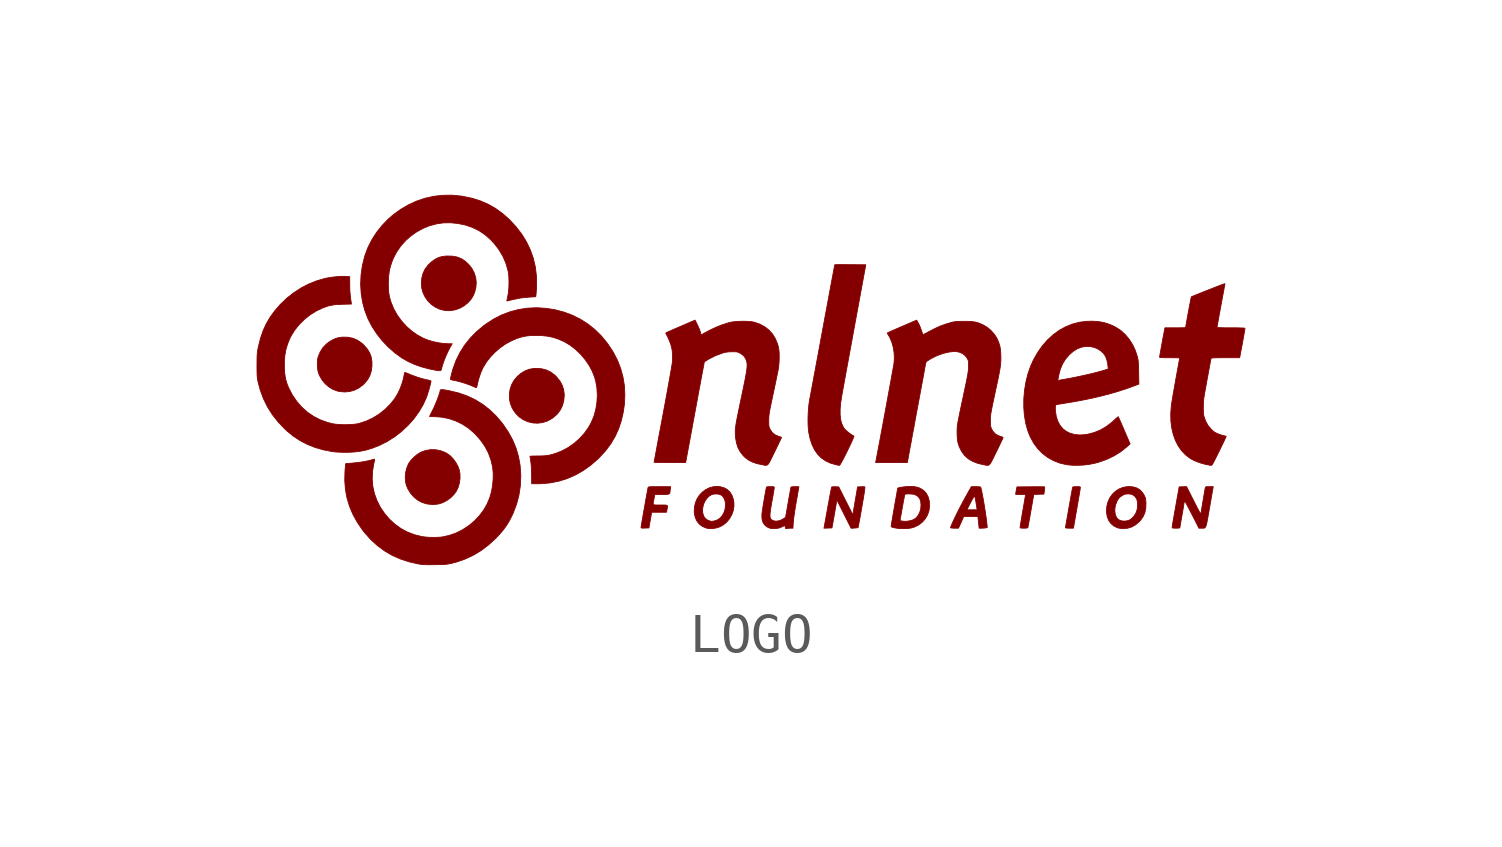
<source format=kicad_sym>
(kicad_symbol_lib
  (version 20210619)
  (generator bitmap2component)
  (symbol "LOGO"
    (pin_names
      (offset 1.016))
    (property "Reference" "#G"
      (at 0 4.054 0)
      (effects (font (size 1.27 1.27)) hide))
    (symbol "LOGO_0_0"
      (polyline (pts (xy -7.98 -4.672) (xy -7.944 -4.671) (xy -7.856 -4.67) (xy -7.786 -4.667) (xy -7.73 -4.664) (xy -7.683 -4.66) (xy -7.642 -4.654) (xy -7.601 -4.646) (xy -7.556 -4.636) (xy -7.42 -4.6) (xy -7.207 -4.524) (xy -7.005 -4.429) (xy -6.813 -4.312) (xy -6.63 -4.173) (xy -6.453 -4.012) (xy -6.353 -3.906) (xy -6.256 -3.793) (xy -6.173 -3.679) (xy -6.1 -3.559) (xy -6.033 -3.427) (xy -6.003 -3.361) (xy -5.92 -3.141) (xy -5.86 -2.915) (xy -5.825 -2.683) (xy -5.813 -2.446) (xy -5.814 -2.393) (xy -5.83 -2.163) (xy -5.87 -1.941) (xy -5.933 -1.725) (xy -6.02 -1.517) (xy -6.13 -1.315) (xy -6.264 -1.119) (xy -6.281 -1.095) (xy -6.434 -0.915) (xy -6.598 -0.757) (xy -6.774 -0.619) (xy -6.962 -0.503) (xy -7.163 -0.407) (xy -7.378 -0.331) (xy -7.606 -0.276) (xy -7.682 -0.261) (xy -7.75 -0.25) (xy -7.798 -0.245) (xy -7.83 -0.246) (xy -7.847 -0.252) (xy -7.852 -0.264) (xy -7.852 -0.265) (xy -7.857 -0.296) (xy -7.871 -0.344) (xy -7.892 -0.405) (xy -7.917 -0.475) (xy -7.946 -0.549) (xy -7.977 -0.624) (xy -8.008 -0.694) (xy -8.037 -0.755) (xy -8.053 -0.785) (xy -8.08 -0.839) (xy -8.101 -0.883) (xy -8.116 -0.913) (xy -8.121 -0.924) (xy -8.118 -0.925) (xy -8.097 -0.927) (xy -8.059 -0.928) (xy -8.011 -0.928) (xy -8.008 -0.928) (xy -7.821 -0.94) (xy -7.638 -0.976) (xy -7.463 -1.035) (xy -7.296 -1.115) (xy -7.14 -1.217) (xy -6.995 -1.34) (xy -6.965 -1.37) (xy -6.832 -1.52) (xy -6.721 -1.678) (xy -6.633 -1.845) (xy -6.569 -2.02) (xy -6.526 -2.205) (xy -6.524 -2.22) (xy -6.511 -2.361) (xy -6.513 -2.514) (xy -6.527 -2.67) (xy -6.554 -2.824) (xy -6.594 -2.967) (xy -6.599 -2.982) (xy -6.668 -3.144) (xy -6.757 -3.298) (xy -6.866 -3.44) (xy -6.991 -3.571) (xy -7.131 -3.687) (xy -7.282 -3.786) (xy -7.444 -3.868) (xy -7.613 -3.929) (xy -7.788 -3.969) (xy -7.849 -3.976) (xy -7.938 -3.981) (xy -8.035 -3.982) (xy -8.133 -3.98) (xy -8.225 -3.973) (xy -8.301 -3.963) (xy -8.318 -3.96) (xy -8.507 -3.913) (xy -8.684 -3.845) (xy -8.849 -3.755) (xy -9.002 -3.644) (xy -9.143 -3.513) (xy -9.257 -3.379) (xy -9.366 -3.219) (xy -9.451 -3.05) (xy -9.515 -2.875) (xy -9.555 -2.694) (xy -9.571 -2.509) (xy -9.564 -2.319) (xy -9.533 -2.128) (xy -9.524 -2.087) (xy -9.516 -2.044) (xy -9.512 -2.014) (xy -9.513 -2.003) (xy -9.52 -2.004) (xy -9.546 -2.01) (xy -9.582 -2.021) (xy -9.634 -2.035) (xy -9.762 -2.063) (xy -9.905 -2.085) (xy -10.056 -2.101) (xy -10.089 -2.104) (xy -10.149 -2.109) (xy -10.197 -2.113) (xy -10.23 -2.116) (xy -10.243 -2.118) (xy -10.244 -2.124) (xy -10.247 -2.151) (xy -10.251 -2.195) (xy -10.255 -2.252) (xy -10.26 -2.319) (xy -10.266 -2.536) (xy -10.25 -2.76) (xy -10.211 -2.977) (xy -10.148 -3.189) (xy -10.062 -3.394) (xy -9.952 -3.595) (xy -9.818 -3.792) (xy -9.764 -3.861) (xy -9.608 -4.036) (xy -9.44 -4.19) (xy -9.259 -4.324) (xy -9.065 -4.437) (xy -8.857 -4.529) (xy -8.636 -4.601) (xy -8.402 -4.654) (xy -8.378 -4.658) (xy -8.331 -4.664) (xy -8.283 -4.669) (xy -8.228 -4.672) (xy -8.162 -4.673) (xy -8.081 -4.673) (xy -7.98 -4.672)) (stroke (width 0.01)) (fill (type outline)))
      (polyline (pts (xy -0.88 -3.746) (xy -0.787 -3.718) (xy -0.704 -3.675) (xy -0.696 -3.67) (xy -0.608 -3.599) (xy -0.535 -3.511) (xy -0.478 -3.412) (xy -0.439 -3.304) (xy -0.421 -3.193) (xy -0.424 -3.082) (xy -0.437 -3.017) (xy -0.472 -2.917) (xy -0.523 -2.835) (xy -0.591 -2.771) (xy -0.674 -2.726) (xy -0.773 -2.699) (xy -0.833 -2.693) (xy -0.941 -2.7) (xy -1.043 -2.727) (xy -1.137 -2.774) (xy -1.222 -2.837) (xy -1.296 -2.916) (xy -1.355 -3.007) (xy -1.397 -3.109) (xy -1.422 -3.219) (xy -1.426 -3.319) (xy -1.216 -3.319) (xy -1.211 -3.232) (xy -1.19 -3.145) (xy -1.154 -3.064) (xy -1.105 -2.993) (xy -1.048 -2.937) (xy -0.983 -2.9) (xy -0.973 -2.896) (xy -0.911 -2.884) (xy -0.844 -2.884) (xy -0.782 -2.895) (xy -0.734 -2.918) (xy -0.704 -2.945) (xy -0.667 -3.002) (xy -0.644 -3.072) (xy -0.635 -3.151) (xy -0.635 -3.156) (xy -0.645 -3.257) (xy -0.672 -3.348) (xy -0.715 -3.428) (xy -0.771 -3.492) (xy -0.839 -3.539) (xy -0.917 -3.566) (xy -0.941 -3.57) (xy -0.973 -3.575) (xy -0.988 -3.577) (xy -1.025 -3.569) (xy -1.099 -3.539) (xy -1.155 -3.493) (xy -1.193 -3.431) (xy -1.213 -3.352) (xy -1.216 -3.319) (xy -1.426 -3.319) (xy -1.426 -3.336) (xy -1.423 -3.373) (xy -1.401 -3.478) (xy -1.359 -3.569) (xy -1.3 -3.644) (xy -1.223 -3.703) (xy -1.13 -3.744) (xy -1.067 -3.757) (xy -0.976 -3.76) (xy -0.88 -3.746)) (stroke (width 0.01)) (fill (type outline)))
      (polyline (pts (xy 0.917 -3.757) (xy 0.928 -3.755) (xy 0.969 -3.751) (xy 1.013 -3.749) (xy 1.071 -3.749) (xy 1.078 -3.611) (xy 1.082 -3.568) (xy 1.09 -3.498) (xy 1.102 -3.412) (xy 1.116 -3.312) (xy 1.134 -3.204) (xy 1.153 -3.09) (xy 1.163 -3.036) (xy 1.179 -2.946) (xy 1.192 -2.867) (xy 1.204 -2.8) (xy 1.213 -2.748) (xy 1.219 -2.714) (xy 1.221 -2.702) (xy 1.22 -2.701) (xy 1.203 -2.7) (xy 1.169 -2.699) (xy 1.123 -2.699) (xy 1.069 -2.7) (xy 1.034 -2.705) (xy 1.019 -2.714) (xy 1.018 -2.718) (xy 1.013 -2.743) (xy 1.005 -2.788) (xy 0.994 -2.849) (xy 0.98 -2.924) (xy 0.965 -3.009) (xy 0.949 -3.102) (xy 0.884 -3.474) (xy 0.826 -3.513) (xy 0.81 -3.523) (xy 0.745 -3.554) (xy 0.677 -3.569) (xy 0.613 -3.569) (xy 0.558 -3.554) (xy 0.516 -3.523) (xy 0.513 -3.519) (xy 0.501 -3.499) (xy 0.493 -3.473) (xy 0.49 -3.439) (xy 0.491 -3.393) (xy 0.497 -3.334) (xy 0.507 -3.259) (xy 0.523 -3.165) (xy 0.543 -3.05) (xy 0.555 -2.986) (xy 0.569 -2.907) (xy 0.581 -2.838) (xy 0.59 -2.782) (xy 0.596 -2.743) (xy 0.598 -2.724) (xy 0.598 -2.717) (xy 0.593 -2.707) (xy 0.579 -2.701) (xy 0.549 -2.699) (xy 0.501 -2.699) (xy 0.471 -2.699) (xy 0.434 -2.7) (xy 0.412 -2.704) (xy 0.402 -2.712) (xy 0.397 -2.726) (xy 0.397 -2.727) (xy 0.387 -2.772) (xy 0.376 -2.834) (xy 0.362 -2.909) (xy 0.348 -2.992) (xy 0.333 -3.078) (xy 0.319 -3.163) (xy 0.307 -3.243) (xy 0.296 -3.312) (xy 0.289 -3.367) (xy 0.285 -3.402) (xy 0.284 -3.418) (xy 0.288 -3.516) (xy 0.31 -3.597) (xy 0.35 -3.663) (xy 0.41 -3.714) (xy 0.488 -3.75) (xy 0.492 -3.751) (xy 0.522 -3.755) (xy 0.566 -3.757) (xy 0.617 -3.757) (xy 0.65 -3.755) (xy 0.7 -3.749) (xy 0.743 -3.737) (xy 0.79 -3.716) (xy 0.813 -3.705) (xy 0.848 -3.691) (xy 0.868 -3.692) (xy 0.877 -3.707) (xy 0.879 -3.739) (xy 0.88 -3.752) (xy 0.891 -3.76) (xy 0.917 -3.757)) (stroke (width 0.01)) (fill (type outline)))
      (polyline (pts (xy 3.961 -3.756) (xy 4.025 -3.751) (xy 4.073 -3.742) (xy 4.142 -3.72) (xy 4.249 -3.668) (xy 4.341 -3.598) (xy 4.416 -3.514) (xy 4.473 -3.417) (xy 4.511 -3.309) (xy 4.526 -3.193) (xy 4.52 -3.071) (xy 4.517 -3.052) (xy 4.488 -2.95) (xy 4.441 -2.864) (xy 4.376 -2.794) (xy 4.293 -2.742) (xy 4.236 -2.719) (xy 4.152 -2.7) (xy 4.054 -2.692) (xy 3.94 -2.697) (xy 3.807 -2.713) (xy 3.774 -2.718) (xy 3.742 -2.727) (xy 3.725 -2.737) (xy 3.718 -2.752) (xy 3.716 -2.763) (xy 3.709 -2.798) (xy 3.7 -2.85) (xy 3.688 -2.918) (xy 3.674 -2.997) (xy 3.658 -3.084) (xy 3.642 -3.175) (xy 3.626 -3.269) (xy 3.61 -3.361) (xy 3.595 -3.449) (xy 3.582 -3.528) (xy 3.576 -3.56) (xy 3.778 -3.56) (xy 3.836 -3.233) (xy 3.836 -3.231) (xy 3.852 -3.145) (xy 3.866 -3.066) (xy 3.879 -2.999) (xy 3.889 -2.945) (xy 3.897 -2.909) (xy 3.901 -2.895) (xy 3.902 -2.894) (xy 3.92 -2.887) (xy 3.954 -2.883) (xy 4 -2.882) (xy 4.049 -2.884) (xy 4.096 -2.888) (xy 4.134 -2.895) (xy 4.171 -2.908) (xy 4.232 -2.946) (xy 4.276 -3) (xy 4.301 -3.071) (xy 4.31 -3.159) (xy 4.303 -3.253) (xy 4.279 -3.342) (xy 4.24 -3.421) (xy 4.19 -3.484) (xy 4.129 -3.528) (xy 4.107 -3.538) (xy 4.06 -3.553) (xy 4.012 -3.565) (xy 3.946 -3.574) (xy 3.886 -3.575) (xy 3.821 -3.567) (xy 3.778 -3.56) (xy 3.576 -3.56) (xy 3.57 -3.596) (xy 3.561 -3.65) (xy 3.556 -3.687) (xy 3.554 -3.702) (xy 3.561 -3.715) (xy 3.591 -3.728) (xy 3.643 -3.741) (xy 3.718 -3.753) (xy 3.745 -3.756) (xy 3.813 -3.759) (xy 3.887 -3.759) (xy 3.961 -3.756)) (stroke (width 0.01)) (fill (type outline)))
      (polyline (pts (xy 9.537 -3.75) (xy 9.643 -3.717) (xy 9.742 -3.66) (xy 9.833 -3.581) (xy 9.868 -3.542) (xy 9.931 -3.45) (xy 9.973 -3.352) (xy 9.995 -3.244) (xy 9.999 -3.121) (xy 9.998 -3.094) (xy 9.994 -3.04) (xy 9.988 -2.999) (xy 9.976 -2.963) (xy 9.959 -2.925) (xy 9.914 -2.85) (xy 9.85 -2.782) (xy 9.773 -2.734) (xy 9.681 -2.706) (xy 9.574 -2.696) (xy 9.544 -2.697) (xy 9.433 -2.713) (xy 9.33 -2.752) (xy 9.237 -2.808) (xy 9.157 -2.882) (xy 9.091 -2.971) (xy 9.042 -3.072) (xy 9.011 -3.183) (xy 9 -3.304) (xy 9.001 -3.327) (xy 9.212 -3.327) (xy 9.214 -3.243) (xy 9.232 -3.156) (xy 9.265 -3.071) (xy 9.278 -3.046) (xy 9.312 -2.994) (xy 9.353 -2.954) (xy 9.409 -2.917) (xy 9.417 -2.913) (xy 9.458 -2.894) (xy 9.498 -2.885) (xy 9.55 -2.882) (xy 9.596 -2.885) (xy 9.665 -2.905) (xy 9.72 -2.945) (xy 9.76 -3.004) (xy 9.774 -3.039) (xy 9.786 -3.109) (xy 9.787 -3.187) (xy 9.778 -3.267) (xy 9.757 -3.339) (xy 9.735 -3.385) (xy 9.692 -3.449) (xy 9.64 -3.503) (xy 9.587 -3.541) (xy 9.541 -3.558) (xy 9.472 -3.57) (xy 9.403 -3.567) (xy 9.34 -3.551) (xy 9.291 -3.521) (xy 9.252 -3.473) (xy 9.225 -3.405) (xy 9.212 -3.327) (xy 9.001 -3.327) (xy 9.002 -3.359) (xy 9.021 -3.465) (xy 9.059 -3.557) (xy 9.115 -3.634) (xy 9.188 -3.695) (xy 9.278 -3.739) (xy 9.314 -3.748) (xy 9.368 -3.757) (xy 9.422 -3.76) (xy 9.423 -3.76) (xy 9.537 -3.75)) (stroke (width 0.01)) (fill (type outline)))
      (polyline (pts (xy -2.672 -3.746) (xy -2.572 -3.743) (xy -2.545 -3.584) (xy -2.543 -3.578) (xy -2.533 -3.515) (xy -2.522 -3.458) (xy -2.515 -3.413) (xy -2.51 -3.386) (xy -2.502 -3.346) (xy -2.128 -3.346) (xy -2.114 -3.277) (xy -2.111 -3.258) (xy -2.103 -3.22) (xy -2.101 -3.194) (xy -2.107 -3.177) (xy -2.126 -3.168) (xy -2.159 -3.163) (xy -2.211 -3.163) (xy -2.284 -3.163) (xy -2.324 -3.163) (xy -2.385 -3.163) (xy -2.427 -3.161) (xy -2.451 -3.153) (xy -2.463 -3.137) (xy -2.463 -3.11) (xy -2.456 -3.068) (xy -2.444 -3.01) (xy -2.424 -2.9) (xy -2.239 -2.897) (xy -2.198 -2.896) (xy -2.137 -2.895) (xy -2.095 -2.892) (xy -2.067 -2.885) (xy -2.051 -2.871) (xy -2.042 -2.849) (xy -2.037 -2.816) (xy -2.032 -2.768) (xy -2.024 -2.699) (xy -2.305 -2.699) (xy -2.36 -2.699) (xy -2.438 -2.699) (xy -2.496 -2.7) (xy -2.537 -2.702) (xy -2.564 -2.704) (xy -2.581 -2.708) (xy -2.59 -2.713) (xy -2.594 -2.72) (xy -2.594 -2.722) (xy -2.599 -2.745) (xy -2.607 -2.788) (xy -2.618 -2.847) (xy -2.631 -2.92) (xy -2.647 -3.004) (xy -2.663 -3.095) (xy -2.68 -3.191) (xy -2.697 -3.287) (xy -2.714 -3.381) (xy -2.729 -3.47) (xy -2.743 -3.551) (xy -2.755 -3.621) (xy -2.764 -3.675) (xy -2.77 -3.712) (xy -2.772 -3.728) (xy -2.772 -3.733) (xy -2.767 -3.742) (xy -2.752 -3.746) (xy -2.722 -3.748) (xy -2.672 -3.746)) (stroke (width 0.01)) (fill (type outline)))
      (polyline (pts (xy 2.627 -3.746) (xy 2.629 -3.746) (xy 2.672 -3.742) (xy 2.704 -3.738) (xy 2.718 -3.734) (xy 2.719 -3.73) (xy 2.724 -3.704) (xy 2.733 -3.659) (xy 2.745 -3.596) (xy 2.76 -3.518) (xy 2.776 -3.428) (xy 2.794 -3.327) (xy 2.813 -3.218) (xy 2.824 -3.153) (xy 2.846 -3.028) (xy 2.863 -2.925) (xy 2.876 -2.843) (xy 2.884 -2.781) (xy 2.889 -2.738) (xy 2.89 -2.712) (xy 2.888 -2.703) (xy 2.869 -2.701) (xy 2.834 -2.7) (xy 2.789 -2.701) (xy 2.705 -2.705) (xy 2.655 -2.998) (xy 2.646 -3.05) (xy 2.632 -3.133) (xy 2.619 -3.209) (xy 2.608 -3.274) (xy 2.6 -3.323) (xy 2.595 -3.352) (xy 2.586 -3.413) (xy 2.407 -3.059) (xy 2.229 -2.705) (xy 2.144 -2.701) (xy 2.143 -2.701) (xy 2.1 -2.701) (xy 2.067 -2.703) (xy 2.05 -2.707) (xy 2.049 -2.709) (xy 2.044 -2.731) (xy 2.035 -2.773) (xy 2.023 -2.833) (xy 2.008 -2.908) (xy 1.992 -2.996) (xy 1.974 -3.094) (xy 1.954 -3.199) (xy 1.949 -3.232) (xy 1.93 -3.337) (xy 1.912 -3.435) (xy 1.897 -3.522) (xy 1.883 -3.597) (xy 1.872 -3.656) (xy 1.865 -3.697) (xy 1.861 -3.716) (xy 1.854 -3.75) (xy 1.956 -3.746) (xy 2.058 -3.743) (xy 2.091 -3.554) (xy 2.093 -3.543) (xy 2.108 -3.458) (xy 2.125 -3.365) (xy 2.14 -3.276) (xy 2.153 -3.2) (xy 2.182 -3.035) (xy 2.542 -3.752) (xy 2.627 -3.746)) (stroke (width 0.01)) (fill (type outline)))
      (polyline (pts (xy 5.324 -3.602) (xy 5.389 -3.456) (xy 5.748 -3.456) (xy 5.756 -3.532) (xy 5.76 -3.564) (xy 5.766 -3.625) (xy 5.772 -3.679) (xy 5.779 -3.749) (xy 5.843 -3.749) (xy 5.864 -3.749) (xy 5.91 -3.746) (xy 5.946 -3.741) (xy 5.985 -3.733) (xy 5.977 -3.647) (xy 5.974 -3.616) (xy 5.966 -3.547) (xy 5.955 -3.465) (xy 5.942 -3.375) (xy 5.927 -3.279) (xy 5.912 -3.181) (xy 5.895 -3.084) (xy 5.879 -2.992) (xy 5.863 -2.907) (xy 5.849 -2.833) (xy 5.836 -2.773) (xy 5.825 -2.731) (xy 5.818 -2.709) (xy 5.813 -2.707) (xy 5.788 -2.703) (xy 5.747 -2.7) (xy 5.697 -2.699) (xy 5.583 -2.699) (xy 5.543 -2.769) (xy 5.505 -2.836) (xy 5.446 -2.942) (xy 5.396 -3.033) (xy 5.352 -3.114) (xy 5.312 -3.19) (xy 5.274 -3.263) (xy 5.263 -3.285) (xy 5.471 -3.285) (xy 5.521 -3.184) (xy 5.522 -3.182) (xy 5.569 -3.09) (xy 5.607 -3.02) (xy 5.636 -2.971) (xy 5.656 -2.944) (xy 5.667 -2.939) (xy 5.668 -2.941) (xy 5.674 -2.96) (xy 5.682 -2.997) (xy 5.693 -3.054) (xy 5.706 -3.132) (xy 5.721 -3.233) (xy 5.729 -3.285) (xy 5.471 -3.285) (xy 5.263 -3.285) (xy 5.236 -3.339) (xy 5.207 -3.396) (xy 5.167 -3.48) (xy 5.13 -3.558) (xy 5.099 -3.625) (xy 5.076 -3.679) (xy 5.061 -3.718) (xy 5.056 -3.738) (xy 5.057 -3.74) (xy 5.075 -3.744) (xy 5.111 -3.748) (xy 5.157 -3.749) (xy 5.258 -3.749) (xy 5.324 -3.602)) (stroke (width 0.01)) (fill (type outline)))
      (polyline (pts (xy 6.962 -3.748) (xy 6.998 -3.743) (xy 7.012 -3.734) (xy 7.015 -3.724) (xy 7.021 -3.692) (xy 7.03 -3.641) (xy 7.042 -3.575) (xy 7.057 -3.495) (xy 7.073 -3.404) (xy 7.09 -3.307) (xy 7.162 -2.895) (xy 7.29 -2.891) (xy 7.418 -2.888) (xy 7.431 -2.798) (xy 7.432 -2.792) (xy 7.438 -2.743) (xy 7.438 -2.715) (xy 7.431 -2.703) (xy 7.431 -2.703) (xy 7.413 -2.702) (xy 7.374 -2.701) (xy 7.318 -2.701) (xy 7.248 -2.701) (xy 7.166 -2.701) (xy 7.077 -2.702) (xy 6.736 -2.705) (xy 6.727 -2.747) (xy 6.726 -2.753) (xy 6.718 -2.797) (xy 6.71 -2.842) (xy 6.703 -2.893) (xy 6.829 -2.897) (xy 6.955 -2.9) (xy 6.885 -3.303) (xy 6.873 -3.37) (xy 6.858 -3.463) (xy 6.844 -3.546) (xy 6.832 -3.617) (xy 6.823 -3.673) (xy 6.817 -3.711) (xy 6.815 -3.728) (xy 6.815 -3.73) (xy 6.819 -3.74) (xy 6.833 -3.746) (xy 6.862 -3.748) (xy 6.91 -3.749) (xy 6.962 -3.748)) (stroke (width 0.01)) (fill (type outline)))
      (polyline (pts (xy 8.253 -3.245) (xy 8.262 -3.192) (xy 8.28 -3.087) (xy 8.297 -2.99) (xy 8.312 -2.903) (xy 8.324 -2.831) (xy 8.333 -2.774) (xy 8.339 -2.736) (xy 8.341 -2.72) (xy 8.341 -2.718) (xy 8.336 -2.708) (xy 8.322 -2.702) (xy 8.293 -2.699) (xy 8.244 -2.699) (xy 8.203 -2.699) (xy 8.17 -2.701) (xy 8.153 -2.706) (xy 8.145 -2.716) (xy 8.14 -2.732) (xy 8.139 -2.736) (xy 8.134 -2.764) (xy 8.126 -2.81) (xy 8.114 -2.872) (xy 8.101 -2.947) (xy 8.086 -3.032) (xy 8.07 -3.123) (xy 8.053 -3.219) (xy 8.036 -3.314) (xy 8.02 -3.407) (xy 8.004 -3.495) (xy 7.99 -3.574) (xy 7.979 -3.64) (xy 7.97 -3.693) (xy 7.964 -3.727) (xy 7.962 -3.74) (xy 7.963 -3.742) (xy 7.982 -3.745) (xy 8.017 -3.748) (xy 8.063 -3.749) (xy 8.165 -3.749) (xy 8.253 -3.245)) (stroke (width 0.01)) (fill (type outline)))
      (polyline (pts (xy 11.455 -3.749) (xy 11.474 -3.747) (xy 11.49 -3.739) (xy 11.504 -3.724) (xy 11.515 -3.7) (xy 11.527 -3.665) (xy 11.539 -3.617) (xy 11.551 -3.553) (xy 11.566 -3.471) (xy 11.584 -3.37) (xy 11.605 -3.247) (xy 11.611 -3.216) (xy 11.629 -3.111) (xy 11.646 -3.013) (xy 11.661 -2.925) (xy 11.674 -2.851) (xy 11.684 -2.792) (xy 11.692 -2.752) (xy 11.695 -2.732) (xy 11.702 -2.699) (xy 11.603 -2.699) (xy 11.56 -2.699) (xy 11.528 -2.701) (xy 11.511 -2.706) (xy 11.503 -2.716) (xy 11.498 -2.732) (xy 11.498 -2.737) (xy 11.491 -2.77) (xy 11.482 -2.821) (xy 11.471 -2.885) (xy 11.459 -2.958) (xy 11.446 -3.036) (xy 11.432 -3.115) (xy 11.42 -3.191) (xy 11.409 -3.259) (xy 11.4 -3.315) (xy 11.393 -3.356) (xy 11.39 -3.377) (xy 11.388 -3.383) (xy 11.381 -3.38) (xy 11.37 -3.365) (xy 11.353 -3.337) (xy 11.329 -3.294) (xy 11.297 -3.233) (xy 11.257 -3.155) (xy 11.207 -3.055) (xy 11.026 -2.698) (xy 10.933 -2.701) (xy 10.839 -2.705) (xy 10.751 -3.199) (xy 10.743 -3.244) (xy 10.724 -3.349) (xy 10.707 -3.447) (xy 10.692 -3.534) (xy 10.679 -3.607) (xy 10.67 -3.665) (xy 10.664 -3.704) (xy 10.661 -3.721) (xy 10.662 -3.731) (xy 10.666 -3.741) (xy 10.681 -3.746) (xy 10.71 -3.748) (xy 10.758 -3.749) (xy 10.772 -3.749) (xy 10.815 -3.747) (xy 10.845 -3.744) (xy 10.856 -3.741) (xy 10.857 -3.73) (xy 10.863 -3.699) (xy 10.871 -3.649) (xy 10.882 -3.585) (xy 10.896 -3.51) (xy 10.91 -3.426) (xy 10.922 -3.36) (xy 10.936 -3.278) (xy 10.948 -3.205) (xy 10.958 -3.145) (xy 10.965 -3.101) (xy 10.968 -3.077) (xy 10.968 -3.075) (xy 10.971 -3.065) (xy 10.976 -3.064) (xy 10.984 -3.072) (xy 10.998 -3.093) (xy 11.018 -3.127) (xy 11.045 -3.177) (xy 11.081 -3.246) (xy 11.127 -3.334) (xy 11.168 -3.413) (xy 11.208 -3.491) (xy 11.244 -3.561) (xy 11.274 -3.62) (xy 11.296 -3.665) (xy 11.309 -3.691) (xy 11.337 -3.749) (xy 11.404 -3.749) (xy 11.432 -3.749) (xy 11.455 -3.749)) (stroke (width 0.01)) (fill (type outline)))
      (polyline (pts (xy -7.95 -3.145) (xy -7.871 -3.132) (xy -7.775 -3.098) (xy -7.674 -3.043) (xy -7.581 -2.974) (xy -7.502 -2.894) (xy -7.441 -2.808) (xy -7.399 -2.72) (xy -7.366 -2.609) (xy -7.35 -2.493) (xy -7.351 -2.379) (xy -7.37 -2.275) (xy -7.399 -2.195) (xy -7.452 -2.094) (xy -7.519 -2) (xy -7.595 -1.921) (xy -7.678 -1.86) (xy -7.726 -1.834) (xy -7.846 -1.788) (xy -7.97 -1.764) (xy -8.096 -1.763) (xy -8.22 -1.784) (xy -8.338 -1.827) (xy -8.362 -1.84) (xy -8.438 -1.889) (xy -8.514 -1.952) (xy -8.582 -2.021) (xy -8.634 -2.089) (xy -8.659 -2.133) (xy -8.7 -2.233) (xy -8.726 -2.342) (xy -8.736 -2.455) (xy -8.73 -2.563) (xy -8.708 -2.662) (xy -8.667 -2.759) (xy -8.6 -2.867) (xy -8.518 -2.96) (xy -8.424 -3.037) (xy -8.319 -3.095) (xy -8.206 -3.131) (xy -8.136 -3.143) (xy -8.041 -3.149) (xy -7.95 -3.145)) (stroke (width 0.01)) (fill (type outline)))
      (polyline (pts (xy -5.291 -2.624) (xy -5.066 -2.603) (xy -4.846 -2.559) (xy -4.633 -2.492) (xy -4.427 -2.401) (xy -4.229 -2.288) (xy -4.039 -2.152) (xy -3.858 -1.994) (xy -3.82 -1.956) (xy -3.666 -1.788) (xy -3.535 -1.612) (xy -3.426 -1.427) (xy -3.337 -1.231) (xy -3.268 -1.022) (xy -3.218 -0.799) (xy -3.192 -0.612) (xy -3.181 -0.378) (xy -3.192 -0.149) (xy -3.228 0.073) (xy -3.287 0.29) (xy -3.369 0.501) (xy -3.476 0.705) (xy -3.49 0.729) (xy -3.624 0.929) (xy -3.772 1.11) (xy -3.936 1.271) (xy -4.113 1.413) (xy -4.304 1.535) (xy -4.508 1.637) (xy -4.724 1.717) (xy -4.952 1.777) (xy -5.185 1.813) (xy -5.416 1.827) (xy -5.644 1.816) (xy -5.867 1.782) (xy -6.084 1.725) (xy -6.295 1.645) (xy -6.498 1.542) (xy -6.692 1.416) (xy -6.748 1.375) (xy -6.931 1.222) (xy -7.092 1.058) (xy -7.232 0.883) (xy -7.351 0.695) (xy -7.45 0.495) (xy -7.529 0.281) (xy -7.541 0.239) (xy -7.559 0.175) (xy -7.574 0.116) (xy -7.585 0.066) (xy -7.59 0.03) (xy -7.59 0.013) (xy -7.585 0.009) (xy -7.562 0.001) (xy -7.527 -0.006) (xy -7.491 -0.012) (xy -7.404 -0.032) (xy -7.306 -0.059) (xy -7.204 -0.091) (xy -7.105 -0.127) (xy -7.017 -0.163) (xy -6.982 -0.179) (xy -6.951 -0.191) (xy -6.936 -0.195) (xy -6.934 -0.193) (xy -6.926 -0.173) (xy -6.917 -0.137) (xy -6.906 -0.09) (xy -6.894 -0.034) (xy -6.86 0.084) (xy -6.818 0.201) (xy -6.771 0.305) (xy -6.763 0.32) (xy -6.682 0.453) (xy -6.58 0.583) (xy -6.462 0.705) (xy -6.333 0.816) (xy -6.195 0.912) (xy -6.053 0.989) (xy -6.029 1) (xy -5.907 1.051) (xy -5.794 1.087) (xy -5.68 1.111) (xy -5.559 1.124) (xy -5.422 1.127) (xy -5.288 1.123) (xy -5.136 1.107) (xy -4.996 1.077) (xy -4.859 1.032) (xy -4.72 0.971) (xy -4.712 0.967) (xy -4.57 0.882) (xy -4.433 0.778) (xy -4.306 0.657) (xy -4.191 0.522) (xy -4.09 0.377) (xy -4.008 0.227) (xy -3.947 0.073) (xy -3.918 -0.03) (xy -3.888 -0.205) (xy -3.878 -0.387) (xy -3.888 -0.569) (xy -3.917 -0.748) (xy -3.965 -0.92) (xy -4.033 -1.081) (xy -4.101 -1.203) (xy -4.207 -1.35) (xy -4.33 -1.485) (xy -4.468 -1.606) (xy -4.618 -1.711) (xy -4.776 -1.796) (xy -4.94 -1.859) (xy -5.011 -1.881) (xy -5.08 -1.899) (xy -5.144 -1.911) (xy -5.211 -1.918) (xy -5.288 -1.922) (xy -5.382 -1.923) (xy -5.429 -1.923) (xy -5.489 -1.924) (xy -5.537 -1.926) (xy -5.569 -1.928) (xy -5.581 -1.93) (xy -5.58 -1.939) (xy -5.575 -1.968) (xy -5.569 -2.012) (xy -5.561 -2.065) (xy -5.555 -2.106) (xy -5.547 -2.195) (xy -5.542 -2.298) (xy -5.539 -2.409) (xy -5.538 -2.625) (xy -5.375 -2.626) (xy -5.291 -2.624)) (stroke (width 0.01)) (fill (type outline)))
      (polyline (pts (xy 0.406 -2.157) (xy 0.427 -2.147) (xy 0.447 -2.127) (xy 0.468 -2.095) (xy 0.494 -2.049) (xy 0.524 -1.988) (xy 0.563 -1.91) (xy 0.61 -1.812) (xy 0.634 -1.764) (xy 0.674 -1.682) (xy 0.709 -1.608) (xy 0.739 -1.546) (xy 0.762 -1.498) (xy 0.776 -1.467) (xy 0.781 -1.454) (xy 0.773 -1.448) (xy 0.747 -1.438) (xy 0.709 -1.426) (xy 0.696 -1.422) (xy 0.612 -1.383) (xy 0.545 -1.326) (xy 0.495 -1.252) (xy 0.482 -1.226) (xy 0.47 -1.199) (xy 0.464 -1.171) (xy 0.46 -1.137) (xy 0.459 -1.091) (xy 0.459 -1.027) (xy 0.459 -0.997) (xy 0.46 -0.961) (xy 0.462 -0.927) (xy 0.465 -0.89) (xy 0.47 -0.849) (xy 0.478 -0.801) (xy 0.489 -0.743) (xy 0.503 -0.672) (xy 0.521 -0.585) (xy 0.543 -0.48) (xy 0.57 -0.354) (xy 0.581 -0.302) (xy 0.605 -0.189) (xy 0.628 -0.079) (xy 0.649 0.024) (xy 0.668 0.115) (xy 0.684 0.193) (xy 0.696 0.253) (xy 0.703 0.293) (xy 0.712 0.361) (xy 0.72 0.461) (xy 0.723 0.563) (xy 0.722 0.663) (xy 0.716 0.753) (xy 0.704 0.826) (xy 0.682 0.909) (xy 0.627 1.042) (xy 0.555 1.16) (xy 0.464 1.262) (xy 0.356 1.346) (xy 0.232 1.413) (xy 0.092 1.461) (xy 0.081 1.464) (xy 0.01 1.475) (xy -0.077 1.482) (xy -0.174 1.485) (xy -0.274 1.484) (xy -0.371 1.478) (xy -0.459 1.468) (xy -0.531 1.454) (xy -0.571 1.443) (xy -0.719 1.395) (xy -0.875 1.333) (xy -1.031 1.26) (xy -1.18 1.18) (xy -1.254 1.136) (xy -1.269 1.204) (xy -1.276 1.228) (xy -1.294 1.278) (xy -1.318 1.335) (xy -1.345 1.393) (xy -1.405 1.513) (xy -1.499 1.473) (xy -1.607 1.427) (xy -1.731 1.373) (xy -1.835 1.328) (xy -1.922 1.291) (xy -1.992 1.26) (xy -2.046 1.236) (xy -2.087 1.218) (xy -2.116 1.204) (xy -2.135 1.194) (xy -2.144 1.188) (xy -2.147 1.185) (xy -2.143 1.177) (xy -2.129 1.15) (xy -2.109 1.11) (xy -2.085 1.062) (xy -2.073 1.036) (xy -2.019 0.9) (xy -1.986 0.761) (xy -1.973 0.615) (xy -1.979 0.457) (xy -1.98 0.445) (xy -1.986 0.404) (xy -1.997 0.341) (xy -2.01 0.258) (xy -2.028 0.159) (xy -2.048 0.043) (xy -2.071 -0.086) (xy -2.097 -0.228) (xy -2.125 -0.379) (xy -2.154 -0.539) (xy -2.185 -0.705) (xy -2.217 -0.876) (xy -2.236 -0.979) (xy -2.267 -1.143) (xy -2.296 -1.299) (xy -2.324 -1.445) (xy -2.349 -1.581) (xy -2.372 -1.703) (xy -2.392 -1.812) (xy -2.409 -1.904) (xy -2.423 -1.979) (xy -2.434 -2.035) (xy -2.44 -2.07) (xy -2.442 -2.082) (xy -2.437 -2.083) (xy -2.411 -2.084) (xy -2.365 -2.086) (xy -2.303 -2.087) (xy -2.226 -2.087) (xy -2.139 -2.088) (xy -2.042 -2.088) (xy -1.643 -2.088) (xy -1.528 -1.468) (xy -1.489 -1.257) (xy -1.444 -1.01) (xy -1.402 -0.785) (xy -1.364 -0.582) (xy -1.331 -0.399) (xy -1.301 -0.237) (xy -1.274 -0.095) (xy -1.251 0.03) (xy -1.231 0.137) (xy -1.214 0.226) (xy -1.2 0.3) (xy -1.189 0.359) (xy -1.181 0.403) (xy -1.175 0.434) (xy -1.171 0.452) (xy -1.169 0.458) (xy -1.065 0.525) (xy -0.892 0.613) (xy -0.714 0.679) (xy -0.658 0.695) (xy -0.602 0.705) (xy -0.543 0.711) (xy -0.47 0.713) (xy -0.436 0.713) (xy -0.386 0.713) (xy -0.351 0.71) (xy -0.322 0.703) (xy -0.294 0.691) (xy -0.26 0.673) (xy -0.237 0.66) (xy -0.171 0.606) (xy -0.125 0.538) (xy -0.097 0.456) (xy -0.092 0.427) (xy -0.09 0.397) (xy -0.089 0.361) (xy -0.091 0.32) (xy -0.096 0.271) (xy -0.105 0.211) (xy -0.117 0.139) (xy -0.132 0.053) (xy -0.152 -0.049) (xy -0.177 -0.169) (xy -0.206 -0.308) (xy -0.24 -0.47) (xy -0.249 -0.513) (xy -0.28 -0.661) (xy -0.306 -0.787) (xy -0.328 -0.895) (xy -0.346 -0.986) (xy -0.361 -1.063) (xy -0.371 -1.127) (xy -0.379 -1.182) (xy -0.385 -1.229) (xy -0.388 -1.271) (xy -0.389 -1.31) (xy -0.388 -1.347) (xy -0.387 -1.386) (xy -0.381 -1.463) (xy -0.357 -1.597) (xy -0.318 -1.716) (xy -0.261 -1.821) (xy -0.187 -1.915) (xy -0.131 -1.969) (xy -0.049 -2.029) (xy 0.045 -2.077) (xy 0.155 -2.114) (xy 0.284 -2.143) (xy 0.324 -2.151) (xy 0.357 -2.157) (xy 0.384 -2.16) (xy 0.406 -2.157)) (stroke (width 0.01)) (fill (type outline)))
      (polyline (pts (xy 2.249 -2.16) (xy 2.261 -2.145) (xy 2.281 -2.112) (xy 2.308 -2.065) (xy 2.34 -2.005) (xy 2.376 -1.936) (xy 2.413 -1.861) (xy 2.452 -1.784) (xy 2.489 -1.706) (xy 2.525 -1.632) (xy 2.556 -1.565) (xy 2.582 -1.506) (xy 2.601 -1.461) (xy 2.612 -1.43) (xy 2.613 -1.419) (xy 2.61 -1.417) (xy 2.578 -1.401) (xy 2.535 -1.373) (xy 2.487 -1.337) (xy 2.441 -1.3) (xy 2.401 -1.265) (xy 2.375 -1.237) (xy 2.336 -1.176) (xy 2.299 -1.089) (xy 2.275 -0.989) (xy 2.264 -0.873) (xy 2.264 -0.74) (xy 2.277 -0.589) (xy 2.303 -0.418) (xy 2.303 -0.415) (xy 2.31 -0.377) (xy 2.321 -0.318) (xy 2.335 -0.237) (xy 2.353 -0.138) (xy 2.374 -0.022) (xy 2.398 0.11) (xy 2.425 0.257) (xy 2.454 0.415) (xy 2.485 0.584) (xy 2.518 0.763) (xy 2.552 0.949) (xy 2.587 1.141) (xy 2.623 1.337) (xy 2.913 2.913) (xy 2.523 2.916) (xy 2.469 2.916) (xy 2.378 2.917) (xy 2.297 2.917) (xy 2.229 2.917) (xy 2.176 2.916) (xy 2.142 2.916) (xy 2.129 2.915) (xy 2.128 2.91) (xy 2.123 2.884) (xy 2.113 2.836) (xy 2.1 2.767) (xy 2.084 2.68) (xy 2.064 2.575) (xy 2.041 2.453) (xy 2.016 2.317) (xy 1.988 2.167) (xy 1.958 2.005) (xy 1.926 1.832) (xy 1.892 1.65) (xy 1.857 1.46) (xy 1.82 1.263) (xy 1.8 1.152) (xy 1.764 0.957) (xy 1.729 0.769) (xy 1.696 0.589) (xy 1.664 0.419) (xy 1.635 0.26) (xy 1.607 0.114) (xy 1.583 -0.019) (xy 1.561 -0.136) (xy 1.542 -0.236) (xy 1.527 -0.318) (xy 1.515 -0.38) (xy 1.507 -0.421) (xy 1.504 -0.44) (xy 1.495 -0.481) (xy 1.477 -0.596) (xy 1.464 -0.723) (xy 1.455 -0.857) (xy 1.451 -0.99) (xy 1.452 -1.117) (xy 1.459 -1.233) (xy 1.471 -1.331) (xy 1.504 -1.487) (xy 1.554 -1.637) (xy 1.617 -1.767) (xy 1.694 -1.878) (xy 1.786 -1.971) (xy 1.893 -2.045) (xy 2.016 -2.103) (xy 2.155 -2.143) (xy 2.189 -2.151) (xy 2.226 -2.157) (xy 2.248 -2.16) (xy 2.249 -2.16)) (stroke (width 0.01)) (fill (type outline)))
      (polyline (pts (xy 6.011 -2.158) (xy 6.032 -2.147) (xy 6.053 -2.128) (xy 6.075 -2.096) (xy 6.1 -2.051) (xy 6.131 -1.99) (xy 6.169 -1.912) (xy 6.217 -1.814) (xy 6.239 -1.769) (xy 6.279 -1.687) (xy 6.314 -1.613) (xy 6.344 -1.551) (xy 6.367 -1.502) (xy 6.381 -1.47) (xy 6.387 -1.456) (xy 6.383 -1.452) (xy 6.362 -1.441) (xy 6.329 -1.431) (xy 6.254 -1.403) (xy 6.184 -1.359) (xy 6.133 -1.303) (xy 6.117 -1.279) (xy 6.093 -1.237) (xy 6.078 -1.197) (xy 6.069 -1.151) (xy 6.065 -1.094) (xy 6.064 -1.02) (xy 6.064 -1.016) (xy 6.065 -0.978) (xy 6.066 -0.942) (xy 6.069 -0.905) (xy 6.074 -0.865) (xy 6.082 -0.818) (xy 6.092 -0.762) (xy 6.105 -0.693) (xy 6.122 -0.61) (xy 6.144 -0.508) (xy 6.17 -0.385) (xy 6.174 -0.367) (xy 6.206 -0.217) (xy 6.234 -0.088) (xy 6.257 0.021) (xy 6.276 0.115) (xy 6.291 0.193) (xy 6.303 0.26) (xy 6.313 0.317) (xy 6.319 0.366) (xy 6.324 0.41) (xy 6.327 0.451) (xy 6.329 0.492) (xy 6.33 0.534) (xy 6.33 0.58) (xy 6.329 0.605) (xy 6.325 0.711) (xy 6.315 0.802) (xy 6.297 0.885) (xy 6.269 0.965) (xy 6.231 1.05) (xy 6.22 1.072) (xy 6.156 1.167) (xy 6.075 1.256) (xy 5.983 1.332) (xy 5.886 1.39) (xy 5.85 1.407) (xy 5.784 1.435) (xy 5.721 1.455) (xy 5.657 1.469) (xy 5.586 1.477) (xy 5.501 1.482) (xy 5.397 1.483) (xy 5.328 1.482) (xy 5.26 1.481) (xy 5.207 1.478) (xy 5.162 1.473) (xy 5.119 1.465) (xy 5.074 1.454) (xy 4.938 1.414) (xy 4.795 1.362) (xy 4.65 1.296) (xy 4.494 1.215) (xy 4.451 1.191) (xy 4.408 1.169) (xy 4.378 1.153) (xy 4.364 1.148) (xy 4.36 1.151) (xy 4.35 1.171) (xy 4.336 1.207) (xy 4.32 1.254) (xy 4.316 1.264) (xy 4.294 1.325) (xy 4.268 1.387) (xy 4.243 1.436) (xy 4.2 1.513) (xy 4.106 1.473) (xy 4.018 1.435) (xy 3.89 1.38) (xy 3.782 1.334) (xy 3.693 1.295) (xy 3.621 1.264) (xy 3.564 1.239) (xy 3.521 1.22) (xy 3.49 1.205) (xy 3.47 1.195) (xy 3.459 1.189) (xy 3.456 1.186) (xy 3.46 1.175) (xy 3.474 1.152) (xy 3.521 1.073) (xy 3.57 0.958) (xy 3.606 0.831) (xy 3.628 0.697) (xy 3.635 0.561) (xy 3.627 0.427) (xy 3.627 0.427) (xy 3.623 0.402) (xy 3.615 0.356) (xy 3.603 0.29) (xy 3.588 0.206) (xy 3.57 0.107) (xy 3.55 -0.006) (xy 3.527 -0.131) (xy 3.502 -0.266) (xy 3.476 -0.408) (xy 3.449 -0.556) (xy 3.421 -0.707) (xy 3.393 -0.86) (xy 3.365 -1.012) (xy 3.337 -1.161) (xy 3.31 -1.306) (xy 3.284 -1.445) (xy 3.26 -1.574) (xy 3.237 -1.693) (xy 3.217 -1.799) (xy 3.2 -1.89) (xy 3.186 -1.965) (xy 3.175 -2.02) (xy 3.168 -2.055) (xy 3.161 -2.088) (xy 3.965 -2.088) (xy 3.996 -1.914) (xy 4 -1.895) (xy 4.022 -1.771) (xy 4.039 -1.681) (xy 4.059 -1.574) (xy 4.081 -1.452) (xy 4.106 -1.319) (xy 4.133 -1.176) (xy 4.16 -1.025) (xy 4.189 -0.868) (xy 4.219 -0.708) (xy 4.239 -0.599) (xy 4.268 -0.446) (xy 4.295 -0.299) (xy 4.32 -0.162) (xy 4.344 -0.036) (xy 4.365 0.078) (xy 4.383 0.177) (xy 4.398 0.26) (xy 4.41 0.325) (xy 4.418 0.369) (xy 4.422 0.391) (xy 4.424 0.401) (xy 4.432 0.434) (xy 4.444 0.458) (xy 4.466 0.478) (xy 4.504 0.503) (xy 4.567 0.542) (xy 4.676 0.597) (xy 4.788 0.643) (xy 4.901 0.679) (xy 5.01 0.704) (xy 5.112 0.717) (xy 5.202 0.717) (xy 5.277 0.703) (xy 5.361 0.666) (xy 5.428 0.614) (xy 5.477 0.548) (xy 5.491 0.522) (xy 5.503 0.493) (xy 5.51 0.462) (xy 5.512 0.423) (xy 5.513 0.366) (xy 5.512 0.351) (xy 5.512 0.316) (xy 5.51 0.282) (xy 5.507 0.247) (xy 5.502 0.207) (xy 5.495 0.161) (xy 5.485 0.106) (xy 5.473 0.039) (xy 5.457 -0.041) (xy 5.437 -0.138) (xy 5.412 -0.254) (xy 5.383 -0.391) (xy 5.374 -0.436) (xy 5.342 -0.582) (xy 5.316 -0.708) (xy 5.293 -0.815) (xy 5.275 -0.904) (xy 5.26 -0.979) (xy 5.248 -1.041) (xy 5.239 -1.093) (xy 5.232 -1.136) (xy 5.227 -1.173) (xy 5.224 -1.206) (xy 5.223 -1.236) (xy 5.222 -1.267) (xy 5.222 -1.3) (xy 5.222 -1.337) (xy 5.222 -1.366) (xy 5.226 -1.461) (xy 5.235 -1.54) (xy 5.25 -1.611) (xy 5.274 -1.68) (xy 5.308 -1.754) (xy 5.342 -1.816) (xy 5.415 -1.913) (xy 5.504 -1.993) (xy 5.611 -2.057) (xy 5.737 -2.107) (xy 5.881 -2.142) (xy 5.924 -2.15) (xy 5.959 -2.157) (xy 5.987 -2.16) (xy 6.011 -2.158)) (stroke (width 0.01)) (fill (type outline)))
      (polyline (pts (xy 8.436 -2.151) (xy 8.58 -2.132) (xy 8.713 -2.105) (xy 8.799 -2.082) (xy 9.002 -2.011) (xy 9.19 -1.921) (xy 9.364 -1.813) (xy 9.523 -1.685) (xy 9.598 -1.617) (xy 9.452 -1.277) (xy 9.438 -1.244) (xy 9.402 -1.161) (xy 9.37 -1.087) (xy 9.342 -1.024) (xy 9.32 -0.975) (xy 9.306 -0.943) (xy 9.299 -0.93) (xy 9.294 -0.932) (xy 9.273 -0.947) (xy 9.242 -0.974) (xy 9.204 -1.009) (xy 9.143 -1.065) (xy 9 -1.176) (xy 8.849 -1.264) (xy 8.691 -1.33) (xy 8.524 -1.373) (xy 8.471 -1.382) (xy 8.331 -1.392) (xy 8.202 -1.381) (xy 8.087 -1.351) (xy 7.985 -1.302) (xy 7.897 -1.233) (xy 7.825 -1.147) (xy 7.769 -1.043) (xy 7.731 -0.923) (xy 7.71 -0.786) (xy 7.708 -0.762) (xy 7.706 -0.703) (xy 7.709 -0.664) (xy 7.718 -0.639) (xy 7.736 -0.625) (xy 7.763 -0.618) (xy 7.801 -0.612) (xy 8.099 -0.564) (xy 8.376 -0.514) (xy 8.635 -0.461) (xy 8.879 -0.404) (xy 9.11 -0.343) (xy 9.332 -0.277) (xy 9.549 -0.205) (xy 9.761 -0.127) (xy 9.82 -0.104) (xy 9.815 0.189) (xy 9.814 0.243) (xy 9.812 0.327) (xy 9.809 0.393) (xy 9.806 0.445) (xy 9.802 0.488) (xy 9.796 0.526) (xy 9.788 0.563) (xy 9.777 0.605) (xy 9.73 0.748) (xy 9.662 0.892) (xy 9.578 1.025) (xy 9.479 1.144) (xy 9.369 1.245) (xy 9.248 1.326) (xy 9.214 1.345) (xy 9.086 1.404) (xy 8.957 1.446) (xy 8.82 1.473) (xy 8.669 1.486) (xy 8.507 1.484) (xy 8.321 1.461) (xy 8.142 1.415) (xy 7.97 1.346) (xy 7.807 1.256) (xy 7.653 1.145) (xy 7.51 1.014) (xy 7.378 0.863) (xy 7.258 0.692) (xy 7.151 0.503) (xy 7.081 0.347) (xy 7.013 0.151) (xy 6.973 -0.009) (xy 7.768 -0.009) (xy 7.771 0.009) (xy 7.775 0.024) (xy 7.782 0.059) (xy 7.79 0.101) (xy 7.793 0.117) (xy 7.832 0.268) (xy 7.888 0.403) (xy 7.963 0.525) (xy 8.059 0.636) (xy 8.062 0.639) (xy 8.162 0.726) (xy 8.265 0.79) (xy 8.371 0.83) (xy 8.483 0.847) (xy 8.602 0.843) (xy 8.691 0.822) (xy 8.78 0.785) (xy 8.86 0.733) (xy 8.926 0.671) (xy 8.974 0.602) (xy 8.988 0.569) (xy 9.012 0.498) (xy 9.029 0.419) (xy 9.039 0.343) (xy 9.043 0.277) (xy 8.951 0.248) (xy 8.881 0.227) (xy 8.773 0.198) (xy 8.648 0.166) (xy 8.513 0.134) (xy 8.37 0.102) (xy 8.226 0.072) (xy 8.084 0.043) (xy 7.95 0.019) (xy 7.921 0.014) (xy 7.862 0.004) (xy 7.814 -0.005) (xy 7.782 -0.01) (xy 7.769 -0.012) (xy 7.768 -0.009) (xy 6.973 -0.009) (xy 6.962 -0.055) (xy 6.927 -0.267) (xy 6.909 -0.481) (xy 6.908 -0.694) (xy 6.925 -0.902) (xy 6.959 -1.101) (xy 7.011 -1.287) (xy 7.075 -1.446) (xy 7.161 -1.6) (xy 7.263 -1.738) (xy 7.38 -1.858) (xy 7.513 -1.959) (xy 7.659 -2.04) (xy 7.817 -2.102) (xy 7.988 -2.142) (xy 8.018 -2.146) (xy 8.148 -2.158) (xy 8.29 -2.159) (xy 8.436 -2.151)) (stroke (width 0.01)) (fill (type outline)))
      (polyline (pts (xy 11.657 -2.159) (xy 11.667 -2.151) (xy 11.681 -2.131) (xy 11.701 -2.098) (xy 11.726 -2.05) (xy 11.76 -1.986) (xy 11.801 -1.903) (xy 11.852 -1.8) (xy 11.88 -1.742) (xy 11.92 -1.659) (xy 11.956 -1.585) (xy 11.986 -1.522) (xy 12.008 -1.473) (xy 12.023 -1.441) (xy 12.028 -1.429) (xy 12.027 -1.426) (xy 12.009 -1.419) (xy 11.978 -1.412) (xy 11.972 -1.411) (xy 11.933 -1.401) (xy 11.882 -1.385) (xy 11.83 -1.366) (xy 11.783 -1.346) (xy 11.738 -1.322) (xy 11.697 -1.291) (xy 11.65 -1.247) (xy 11.647 -1.244) (xy 11.568 -1.149) (xy 11.507 -1.038) (xy 11.465 -0.916) (xy 11.461 -0.894) (xy 11.454 -0.836) (xy 11.45 -0.762) (xy 11.45 -0.679) (xy 11.452 -0.595) (xy 11.457 -0.515) (xy 11.465 -0.446) (xy 11.466 -0.441) (xy 11.473 -0.401) (xy 11.482 -0.344) (xy 11.495 -0.273) (xy 11.51 -0.191) (xy 11.526 -0.1) (xy 11.543 -0.005) (xy 11.561 0.091) (xy 11.578 0.186) (xy 11.595 0.276) (xy 11.61 0.358) (xy 11.623 0.428) (xy 11.634 0.484) (xy 11.641 0.523) (xy 11.645 0.54) (xy 11.647 0.544) (xy 11.653 0.55) (xy 11.664 0.554) (xy 11.685 0.557) (xy 11.717 0.559) (xy 11.762 0.56) (xy 11.825 0.561) (xy 11.906 0.562) (xy 12.368 0.562) (xy 12.374 0.589) (xy 12.377 0.601) (xy 12.384 0.636) (xy 12.393 0.687) (xy 12.405 0.751) (xy 12.419 0.825) (xy 12.434 0.904) (xy 12.448 0.985) (xy 12.463 1.065) (xy 12.476 1.139) (xy 12.488 1.204) (xy 12.496 1.255) (xy 12.502 1.291) (xy 12.505 1.306) (xy 12.498 1.309) (xy 12.471 1.313) (xy 12.424 1.315) (xy 12.356 1.317) (xy 12.265 1.319) (xy 12.15 1.319) (xy 12.117 1.319) (xy 12.013 1.319) (xy 11.931 1.321) (xy 11.87 1.322) (xy 11.828 1.325) (xy 11.804 1.328) (xy 11.796 1.333) (xy 11.798 1.344) (xy 11.804 1.377) (xy 11.813 1.428) (xy 11.825 1.494) (xy 11.839 1.573) (xy 11.855 1.662) (xy 11.873 1.757) (xy 11.891 1.856) (xy 11.909 1.955) (xy 11.927 2.052) (xy 11.944 2.144) (xy 11.96 2.227) (xy 11.973 2.3) (xy 11.984 2.358) (xy 11.992 2.399) (xy 11.996 2.42) (xy 11.997 2.421) (xy 11.997 2.433) (xy 11.985 2.433) (xy 11.957 2.424) (xy 11.947 2.421) (xy 11.905 2.405) (xy 11.849 2.383) (xy 11.78 2.357) (xy 11.704 2.327) (xy 11.621 2.294) (xy 11.537 2.261) (xy 11.454 2.228) (xy 11.374 2.196) (xy 11.302 2.167) (xy 11.24 2.142) (xy 11.191 2.122) (xy 11.159 2.109) (xy 11.147 2.103) (xy 11.146 2.098) (xy 11.14 2.074) (xy 11.131 2.03) (xy 11.12 1.972) (xy 11.106 1.902) (xy 11.091 1.824) (xy 11.076 1.741) (xy 11.06 1.657) (xy 11.045 1.575) (xy 11.032 1.5) (xy 11.02 1.433) (xy 11.011 1.38) (xy 11.005 1.343) (xy 11.003 1.325) (xy 11.001 1.325) (xy 10.981 1.323) (xy 10.941 1.321) (xy 10.886 1.32) (xy 10.818 1.319) (xy 10.741 1.319) (xy 10.479 1.319) (xy 10.466 1.255) (xy 10.463 1.238) (xy 10.454 1.189) (xy 10.442 1.126) (xy 10.428 1.054) (xy 10.414 0.976) (xy 10.399 0.895) (xy 10.385 0.816) (xy 10.372 0.743) (xy 10.36 0.678) (xy 10.351 0.626) (xy 10.345 0.591) (xy 10.343 0.576) (xy 10.344 0.574) (xy 10.357 0.569) (xy 10.388 0.566) (xy 10.437 0.564) (xy 10.508 0.562) (xy 10.6 0.562) (xy 10.636 0.562) (xy 10.713 0.561) (xy 10.77 0.561) (xy 10.809 0.559) (xy 10.834 0.557) (xy 10.847 0.553) (xy 10.852 0.547) (xy 10.851 0.54) (xy 10.847 0.522) (xy 10.839 0.482) (xy 10.828 0.424) (xy 10.815 0.351) (xy 10.799 0.266) (xy 10.782 0.171) (xy 10.764 0.07) (xy 10.745 -0.034) (xy 10.727 -0.138) (xy 10.709 -0.24) (xy 10.692 -0.336) (xy 10.677 -0.422) (xy 10.665 -0.497) (xy 10.655 -0.558) (xy 10.648 -0.6) (xy 10.641 -0.651) (xy 10.626 -0.845) (xy 10.629 -1.03) (xy 10.65 -1.207) (xy 10.688 -1.372) (xy 10.742 -1.525) (xy 10.813 -1.665) (xy 10.899 -1.788) (xy 11.001 -1.895) (xy 11.117 -1.984) (xy 11.121 -1.986) (xy 11.199 -2.029) (xy 11.294 -2.07) (xy 11.397 -2.106) (xy 11.5 -2.134) (xy 11.595 -2.153) (xy 11.625 -2.157) (xy 11.653 -2.16) (xy 11.657 -2.159)) (stroke (width 0.01)) (fill (type outline)))
      (polyline (pts (xy -10.181 -1.83) (xy -10.014 -1.821) (xy -9.86 -1.801) (xy -9.711 -1.769) (xy -9.562 -1.723) (xy -9.389 -1.655) (xy -9.192 -1.556) (xy -9.005 -1.437) (xy -8.83 -1.302) (xy -8.668 -1.151) (xy -8.522 -0.988) (xy -8.394 -0.813) (xy -8.285 -0.629) (xy -8.198 -0.437) (xy -8.186 -0.404) (xy -8.168 -0.348) (xy -8.149 -0.285) (xy -8.129 -0.219) (xy -8.112 -0.155) (xy -8.097 -0.099) (xy -8.088 -0.056) (xy -8.084 -0.031) (xy -8.09 -0.023) (xy -8.118 -0.011) (xy -8.166 0.000200) (xy -8.17 0.001) (xy -8.293 0.029) (xy -8.427 0.069) (xy -8.574 0.123) (xy -8.739 0.191) (xy -8.743 0.191) (xy -8.753 0.175) (xy -8.761 0.138) (xy -8.785 0.018) (xy -8.825 -0.113) (xy -8.876 -0.244) (xy -8.936 -0.366) (xy -9.002 -0.472) (xy -9.108 -0.606) (xy -9.244 -0.743) (xy -9.395 -0.863) (xy -9.558 -0.964) (xy -9.731 -1.044) (xy -9.912 -1.102) (xy -9.928 -1.106) (xy -10.004 -1.118) (xy -10.097 -1.126) (xy -10.199 -1.131) (xy -10.304 -1.131) (xy -10.406 -1.127) (xy -10.499 -1.119) (xy -10.575 -1.107) (xy -10.701 -1.075) (xy -10.884 -1.009) (xy -11.054 -0.922) (xy -11.21 -0.815) (xy -11.351 -0.689) (xy -11.478 -0.544) (xy -11.589 -0.382) (xy -11.683 -0.202) (xy -11.719 -0.115) (xy -11.75 -0.019) (xy -11.772 0.081) (xy -11.786 0.191) (xy -11.793 0.319) (xy -11.793 0.461) (xy -11.781 0.617) (xy -11.755 0.763) (xy -11.713 0.905) (xy -11.655 1.049) (xy -11.613 1.13) (xy -11.521 1.275) (xy -11.409 1.411) (xy -11.281 1.537) (xy -11.139 1.649) (xy -10.988 1.744) (xy -10.829 1.819) (xy -10.807 1.827) (xy -10.73 1.856) (xy -10.66 1.877) (xy -10.59 1.892) (xy -10.514 1.903) (xy -10.426 1.909) (xy -10.32 1.914) (xy -10.096 1.92) (xy -10.104 1.971) (xy -10.111 2.018) (xy -10.122 2.106) (xy -10.13 2.181) (xy -10.136 2.252) (xy -10.138 2.327) (xy -10.139 2.414) (xy -10.14 2.611) (xy -10.226 2.619) (xy -10.246 2.62) (xy -10.325 2.621) (xy -10.419 2.617) (xy -10.521 2.607) (xy -10.624 2.594) (xy -10.722 2.577) (xy -10.752 2.571) (xy -10.963 2.512) (xy -11.169 2.431) (xy -11.368 2.328) (xy -11.558 2.205) (xy -11.737 2.063) (xy -11.902 1.904) (xy -12.035 1.75) (xy -12.153 1.588) (xy -12.252 1.419) (xy -12.333 1.239) (xy -12.399 1.045) (xy -12.452 0.833) (xy -12.459 0.798) (xy -12.468 0.751) (xy -12.474 0.708) (xy -12.479 0.663) (xy -12.482 0.613) (xy -12.484 0.551) (xy -12.485 0.475) (xy -12.485 0.379) (xy -12.486 0.332) (xy -12.485 0.245) (xy -12.484 0.176) (xy -12.482 0.12) (xy -12.479 0.075) (xy -12.474 0.034) (xy -12.467 -0.006) (xy -12.458 -0.049) (xy -12.403 -0.257) (xy -12.322 -0.475) (xy -12.219 -0.683) (xy -12.095 -0.879) (xy -11.948 -1.065) (xy -11.779 -1.242) (xy -11.74 -1.279) (xy -11.576 -1.415) (xy -11.403 -1.53) (xy -11.218 -1.627) (xy -11.02 -1.706) (xy -10.806 -1.768) (xy -10.575 -1.813) (xy -10.554 -1.816) (xy -10.496 -1.821) (xy -10.424 -1.826) (xy -10.345 -1.829) (xy -10.267 -1.831) (xy -10.181 -1.83)) (stroke (width 0.01)) (fill (type outline)))
      (polyline (pts (xy -5.261 -1.078) (xy -5.14 -1.038) (xy -5.025 -0.975) (xy -4.989 -0.949) (xy -4.891 -0.862) (xy -4.815 -0.761) (xy -4.759 -0.648) (xy -4.726 -0.525) (xy -4.714 -0.393) (xy -4.714 -0.362) (xy -4.73 -0.242) (xy -4.768 -0.129) (xy -4.828 -0.022) (xy -4.912 0.081) (xy -4.962 0.13) (xy -5.061 0.202) (xy -5.168 0.253) (xy -5.286 0.283) (xy -5.417 0.293) (xy -5.476 0.291) (xy -5.594 0.272) (xy -5.703 0.231) (xy -5.807 0.169) (xy -5.907 0.083) (xy -5.984 -0.009) (xy -6.043 -0.115) (xy -6.083 -0.23) (xy -6.102 -0.35) (xy -6.101 -0.472) (xy -6.078 -0.592) (xy -6.033 -0.707) (xy -6.02 -0.732) (xy -5.947 -0.839) (xy -5.859 -0.93) (xy -5.755 -1.002) (xy -5.641 -1.055) (xy -5.517 -1.086) (xy -5.388 -1.094) (xy -5.261 -1.078)) (stroke (width 0.01)) (fill (type outline)))
      (polyline (pts (xy -10.139 -0.292) (xy -10.018 -0.257) (xy -9.904 -0.199) (xy -9.801 -0.121) (xy -9.768 -0.089) (xy -9.688 0.007) (xy -9.631 0.111) (xy -9.594 0.226) (xy -9.577 0.354) (xy -9.578 0.468) (xy -9.597 0.582) (xy -9.636 0.686) (xy -9.697 0.784) (xy -9.78 0.88) (xy -9.847 0.94) (xy -9.951 1.009) (xy -10.064 1.056) (xy -10.186 1.081) (xy -10.319 1.083) (xy -10.365 1.079) (xy -10.463 1.06) (xy -10.555 1.024) (xy -10.651 0.969) (xy -10.733 0.906) (xy -10.82 0.814) (xy -10.888 0.706) (xy -10.939 0.582) (xy -10.941 0.575) (xy -10.955 0.504) (xy -10.96 0.421) (xy -10.958 0.334) (xy -10.948 0.251) (xy -10.931 0.181) (xy -10.903 0.11) (xy -10.84 0.001) (xy -10.761 -0.095) (xy -10.668 -0.176) (xy -10.564 -0.239) (xy -10.453 -0.28) (xy -10.394 -0.293) (xy -10.265 -0.304) (xy -10.139 -0.292)) (stroke (width 0.01)) (fill (type outline)))
      (polyline (pts (xy -7.849 0.234) (xy -7.834 0.24) (xy -7.825 0.259) (xy -7.815 0.296) (xy -7.799 0.356) (xy -7.767 0.452) (xy -7.728 0.555) (xy -7.683 0.659) (xy -7.637 0.757) (xy -7.591 0.842) (xy -7.548 0.916) (xy -7.642 0.916) (xy -7.749 0.921) (xy -7.894 0.94) (xy -8.041 0.972) (xy -8.181 1.015) (xy -8.276 1.054) (xy -8.43 1.137) (xy -8.575 1.239) (xy -8.71 1.359) (xy -8.831 1.494) (xy -8.937 1.64) (xy -9.025 1.796) (xy -9.091 1.958) (xy -9.1 1.983) (xy -9.125 2.069) (xy -9.143 2.148) (xy -9.155 2.227) (xy -9.161 2.314) (xy -9.163 2.418) (xy -9.162 2.506) (xy -9.154 2.636) (xy -9.138 2.756) (xy -9.111 2.87) (xy -9.072 2.989) (xy -9.036 3.079) (xy -8.952 3.239) (xy -8.85 3.386) (xy -8.73 3.521) (xy -8.595 3.641) (xy -8.448 3.745) (xy -8.29 3.832) (xy -8.123 3.9) (xy -7.949 3.947) (xy -7.772 3.973) (xy -7.592 3.976) (xy -7.404 3.958) (xy -7.214 3.918) (xy -7.037 3.858) (xy -6.872 3.778) (xy -6.721 3.676) (xy -6.581 3.554) (xy -6.48 3.445) (xy -6.36 3.287) (xy -6.262 3.12) (xy -6.187 2.944) (xy -6.135 2.76) (xy -6.131 2.739) (xy -6.119 2.65) (xy -6.113 2.546) (xy -6.112 2.435) (xy -6.116 2.323) (xy -6.125 2.219) (xy -6.14 2.129) (xy -6.148 2.091) (xy -6.158 2.045) (xy -6.164 2.013) (xy -6.167 1.999) (xy -6.165 1.998) (xy -6.145 2.001) (xy -6.11 2.009) (xy -6.064 2.021) (xy -6.029 2.03) (xy -5.812 2.074) (xy -5.585 2.096) (xy -5.437 2.104) (xy -5.429 2.148) (xy -5.428 2.158) (xy -5.425 2.195) (xy -5.421 2.248) (xy -5.417 2.312) (xy -5.414 2.381) (xy -5.413 2.402) (xy -5.418 2.633) (xy -5.445 2.858) (xy -5.496 3.076) (xy -5.571 3.288) (xy -5.668 3.491) (xy -5.788 3.686) (xy -5.931 3.873) (xy -6.096 4.05) (xy -6.103 4.058) (xy -6.271 4.207) (xy -6.446 4.334) (xy -6.63 4.44) (xy -6.826 4.526) (xy -7.035 4.593) (xy -7.26 4.641) (xy -7.325 4.652) (xy -7.558 4.674) (xy -7.789 4.671) (xy -8.015 4.645) (xy -8.236 4.596) (xy -8.452 4.523) (xy -8.659 4.428) (xy -8.859 4.31) (xy -9.049 4.17) (xy -9.163 4.071) (xy -9.32 3.909) (xy -9.459 3.735) (xy -9.578 3.55) (xy -9.677 3.356) (xy -9.752 3.157) (xy -9.768 3.104) (xy -9.823 2.878) (xy -9.854 2.65) (xy -9.864 2.422) (xy -9.851 2.198) (xy -9.817 1.977) (xy -9.76 1.763) (xy -9.682 1.557) (xy -9.582 1.362) (xy -9.579 1.357) (xy -9.46 1.173) (xy -9.323 0.999) (xy -9.171 0.838) (xy -9.008 0.693) (xy -8.838 0.569) (xy -8.808 0.549) (xy -8.659 0.465) (xy -8.501 0.393) (xy -8.331 0.333) (xy -8.144 0.282) (xy -7.938 0.241) (xy -7.907 0.237) (xy -7.869 0.234) (xy -7.849 0.234)) (stroke (width 0.01)) (fill (type outline)))
      (polyline (pts (xy -7.474 1.773) (xy -7.356 1.815) (xy -7.245 1.877) (xy -7.146 1.958) (xy -7.075 2.037) (xy -7.02 2.124) (xy -6.978 2.223) (xy -6.949 2.336) (xy -6.939 2.463) (xy -6.953 2.587) (xy -6.99 2.706) (xy -7.05 2.819) (xy -7.133 2.924) (xy -7.223 3.007) (xy -7.321 3.069) (xy -7.429 3.111) (xy -7.548 3.132) (xy -7.681 3.135) (xy -7.696 3.135) (xy -7.796 3.123) (xy -7.883 3.1) (xy -7.965 3.061) (xy -8.05 3.003) (xy -8.063 2.994) (xy -8.159 2.905) (xy -8.234 2.805) (xy -8.286 2.695) (xy -8.318 2.573) (xy -8.328 2.439) (xy -8.318 2.322) (xy -8.285 2.204) (xy -8.232 2.095) (xy -8.162 1.996) (xy -8.075 1.91) (xy -7.976 1.841) (xy -7.864 1.789) (xy -7.743 1.759) (xy -7.719 1.755) (xy -7.596 1.753) (xy -7.474 1.773)) (stroke (width 0.01)) (fill (type outline))))))
</source>
